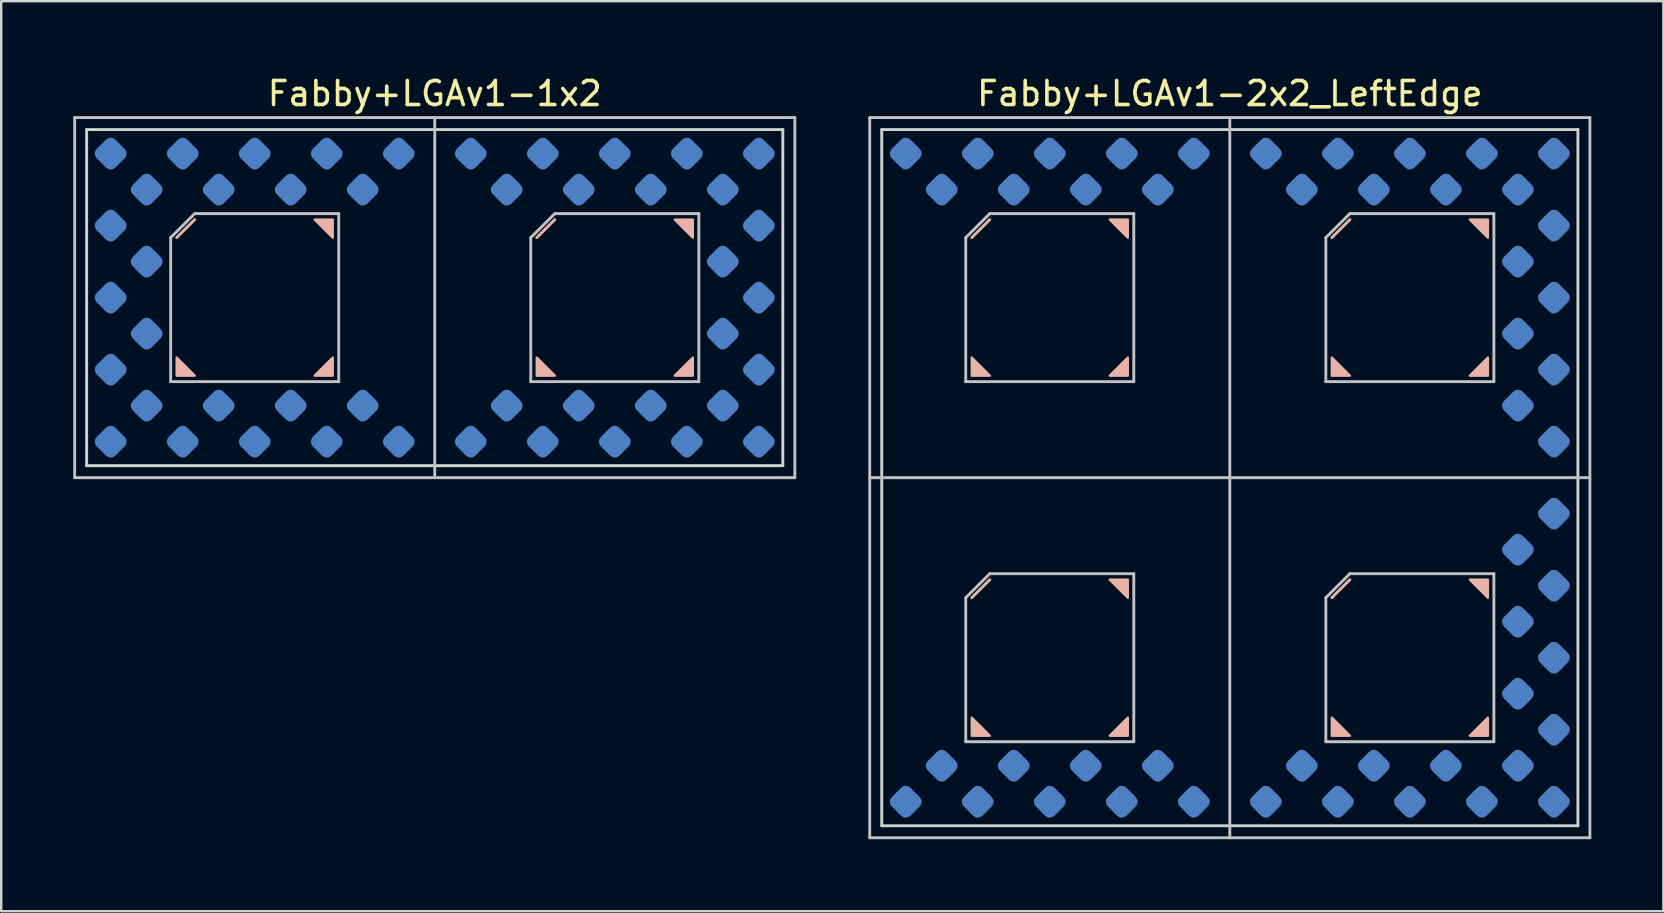
<source format=kicad_pcb>
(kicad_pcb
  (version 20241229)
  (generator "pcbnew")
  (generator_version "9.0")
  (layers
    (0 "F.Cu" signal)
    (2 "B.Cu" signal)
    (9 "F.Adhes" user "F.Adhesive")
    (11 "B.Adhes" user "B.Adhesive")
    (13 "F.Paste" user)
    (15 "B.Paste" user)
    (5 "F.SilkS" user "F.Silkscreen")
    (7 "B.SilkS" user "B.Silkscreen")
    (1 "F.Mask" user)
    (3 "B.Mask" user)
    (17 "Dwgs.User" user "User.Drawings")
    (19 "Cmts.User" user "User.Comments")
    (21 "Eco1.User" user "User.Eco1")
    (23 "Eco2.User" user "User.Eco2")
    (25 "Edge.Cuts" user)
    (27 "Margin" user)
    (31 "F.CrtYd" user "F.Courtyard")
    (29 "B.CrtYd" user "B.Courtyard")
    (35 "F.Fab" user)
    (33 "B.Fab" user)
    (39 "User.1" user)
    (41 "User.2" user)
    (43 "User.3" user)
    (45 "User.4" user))
  (footprint "Fabby+LGAv1-1x2"
    (layer "F.Cu")
    (at 15.06 9.348)
    (property "Reference" "Fabby+LGAv1-1x2" (at 0 -8.5 0) (layer "F.SilkS") (effects (font (size 1 1) (thickness 0.15))))
    (attr through_hole)
    (fp_line (start -10 -3.25) (end -10.75 -2.5) (stroke (width 0.12) (type solid)) (layer "B.SilkS"))
    (fp_line (start 5 -3.25) (end 4.25 -2.5) (stroke (width 0.12) (type solid)) (layer "B.SilkS"))
    (fp_poly (pts (xy -10 3.25) (xy -10.75 3.25) (xy -10.75 2.5)) (stroke (width 0.1) (type solid)) (fill yes) (layer "B.SilkS"))
    (fp_poly (pts (xy -4.25 -2.5) (xy -5 -3.25) (xy -4.25 -3.25)) (stroke (width 0.1) (type solid)) (fill yes) (layer "B.SilkS"))
    (fp_poly (pts (xy -4.25 3.25) (xy -5 3.25) (xy -4.25 2.5)) (stroke (width 0.1) (type solid)) (fill yes) (layer "B.SilkS"))
    (fp_poly (pts (xy 5 3.25) (xy 4.25 3.25) (xy 4.25 2.5)) (stroke (width 0.1) (type solid)) (fill yes) (layer "B.SilkS"))
    (fp_poly (pts (xy 10.75 -2.5) (xy 10 -3.25) (xy 10.75 -3.25)) (stroke (width 0.1) (type solid)) (fill yes) (layer "B.SilkS"))
    (fp_poly (pts (xy 10.75 3.25) (xy 10 3.25) (xy 10.75 2.5)) (stroke (width 0.1) (type solid)) (fill yes) (layer "B.SilkS"))
    (fp_line (start -15 -7.5) (end 15 -7.5) (stroke (width 0.12) (type solid)) (layer "Dwgs.User"))
    (fp_line (start -15 7.5) (end -15 -7.5) (stroke (width 0.12) (type solid)) (layer "Dwgs.User"))
    (fp_line (start -11 -2.5) (end -11 3.5) (stroke (width 0.12) (type solid)) (layer "Dwgs.User"))
    (fp_line (start -11 3.5) (end -4 3.5) (stroke (width 0.12) (type solid)) (layer "Dwgs.User"))
    (fp_line (start -10 -3.5) (end -11 -2.5) (stroke (width 0.12) (type solid)) (layer "Dwgs.User"))
    (fp_line (start -4 -3.5) (end -10 -3.5) (stroke (width 0.12) (type solid)) (layer "Dwgs.User"))
    (fp_line (start -4 3.5) (end -4 -3.5) (stroke (width 0.12) (type solid)) (layer "Dwgs.User"))
    (fp_line (start 0 -7.5) (end 0 7.5) (stroke (width 0.12) (type solid)) (layer "Dwgs.User"))
    (fp_line (start 4 -2.5) (end 4 3.5) (stroke (width 0.12) (type solid)) (layer "Dwgs.User"))
    (fp_line (start 4 3.5) (end 11 3.5) (stroke (width 0.12) (type solid)) (layer "Dwgs.User"))
    (fp_line (start 5 -3.5) (end 4 -2.5) (stroke (width 0.12) (type solid)) (layer "Dwgs.User"))
    (fp_line (start 11 -3.5) (end 5 -3.5) (stroke (width 0.12) (type solid)) (layer "Dwgs.User"))
    (fp_line (start 11 3.5) (end 11 -3.5) (stroke (width 0.12) (type solid)) (layer "Dwgs.User"))
    (fp_line (start 15 -7.5) (end 15 7.5) (stroke (width 0.12) (type solid)) (layer "Dwgs.User"))
    (fp_line (start 15 7.5) (end -15 7.5) (stroke (width 0.12) (type solid)) (layer "Dwgs.User"))
    (fp_line (start -14.5 -7) (end 14.5 -7) (stroke (width 0.12) (type solid)) (layer "Edge.Cuts"))
    (fp_line (start -14.5 7) (end -14.5 -7) (stroke (width 0.12) (type solid)) (layer "Edge.Cuts"))
    (fp_line (start -14.5 7) (end 14.5 7) (stroke (width 0.12) (type solid)) (layer "Edge.Cuts"))
    (fp_line (start 14.5 -7) (end 14.5 7) (stroke (width 0.12) (type solid)) (layer "Edge.Cuts"))
    (pad "1" smd roundrect (at -13.5 -6 45) (size 1.1 1.1) (layers "B.Cu" "B.Mask" "B.Paste") (roundrect_rratio 0.25))
    (pad "2" smd roundrect (at -12 -4.5 45) (size 1.1 1.1) (layers "B.Cu" "B.Mask" "B.Paste") (roundrect_rratio 0.25))
    (pad "3" smd roundrect (at -13.5 -3 45) (size 1.1 1.1) (layers "B.Cu" "B.Mask" "B.Paste") (roundrect_rratio 0.25))
    (pad "4" smd roundrect (at -12 -1.5 45) (size 1.1 1.1) (layers "B.Cu" "B.Mask" "B.Paste") (roundrect_rratio 0.25))
    (pad "5" smd roundrect (at -13.5 0 45) (size 1.1 1.1) (layers "B.Cu" "B.Mask" "B.Paste") (roundrect_rratio 0.25))
    (pad "6" smd roundrect (at -12 1.5 45) (size 1.1 1.1) (layers "B.Cu" "B.Mask" "B.Paste") (roundrect_rratio 0.25))
    (pad "7" smd roundrect (at -13.5 3 45) (size 1.1 1.1) (layers "B.Cu" "B.Mask" "B.Paste") (roundrect_rratio 0.25))
    (pad "8" smd roundrect (at -12 4.5 45) (size 1.1 1.1) (layers "B.Cu" "B.Mask" "B.Paste") (roundrect_rratio 0.25))
    (pad "9" smd roundrect (at -13.5 6 45) (size 1.1 1.1) (layers "B.Cu" "B.Mask" "B.Paste") (roundrect_rratio 0.25))
    (pad "10" smd roundrect (at -10.5 6 45) (size 1.1 1.1) (layers "B.Cu" "B.Mask" "B.Paste") (roundrect_rratio 0.25))
    (pad "11" smd roundrect (at -9 4.5 45) (size 1.1 1.1) (layers "B.Cu" "B.Mask" "B.Paste") (roundrect_rratio 0.25))
    (pad "12" smd roundrect (at -7.5 6 45) (size 1.1 1.1) (layers "B.Cu" "B.Mask" "B.Paste") (roundrect_rratio 0.25))
    (pad "13" smd roundrect (at -6 4.5 45) (size 1.1 1.1) (layers "B.Cu" "B.Mask" "B.Paste") (roundrect_rratio 0.25))
    (pad "14" smd roundrect (at -4.5 6 45) (size 1.1 1.1) (layers "B.Cu" "B.Mask" "B.Paste") (roundrect_rratio 0.25))
    (pad "15" smd roundrect (at -3 4.5 45) (size 1.1 1.1) (layers "B.Cu" "B.Mask" "B.Paste") (roundrect_rratio 0.25))
    (pad "16" smd roundrect (at -1.5 6 45) (size 1.1 1.1) (layers "B.Cu" "B.Mask" "B.Paste") (roundrect_rratio 0.25))
    (pad "18" smd roundrect (at 1.5 6 45) (size 1.1 1.1) (layers "B.Cu" "B.Mask" "B.Paste") (roundrect_rratio 0.25))
    (pad "19" smd roundrect (at 3 4.5 45) (size 1.1 1.1) (layers "B.Cu" "B.Mask" "B.Paste") (roundrect_rratio 0.25))
    (pad "20" smd roundrect (at 4.5 6 45) (size 1.1 1.1) (layers "B.Cu" "B.Mask" "B.Paste") (roundrect_rratio 0.25))
    (pad "21" smd roundrect (at 6 4.5 45) (size 1.1 1.1) (layers "B.Cu" "B.Mask" "B.Paste") (roundrect_rratio 0.25))
    (pad "22" smd roundrect (at 7.5 6 45) (size 1.1 1.1) (layers "B.Cu" "B.Mask" "B.Paste") (roundrect_rratio 0.25))
    (pad "23" smd roundrect (at 9 4.5 45) (size 1.1 1.1) (layers "B.Cu" "B.Mask" "B.Paste") (roundrect_rratio 0.25))
    (pad "24" smd roundrect (at 10.5 6 45) (size 1.1 1.1) (layers "B.Cu" "B.Mask" "B.Paste") (roundrect_rratio 0.25))
    (pad "25" smd roundrect (at 12 4.5 45) (size 1.1 1.1) (layers "B.Cu" "B.Mask" "B.Paste") (roundrect_rratio 0.25))
    (pad "26" smd roundrect (at 13.5 6 45) (size 1.1 1.1) (layers "B.Cu" "B.Mask" "B.Paste") (roundrect_rratio 0.25))
    (pad "27" smd roundrect (at 13.5 3 45) (size 1.1 1.1) (layers "B.Cu" "B.Mask" "B.Paste") (roundrect_rratio 0.25))
    (pad "28" smd roundrect (at 12 1.5 45) (size 1.1 1.1) (layers "B.Cu" "B.Mask" "B.Paste") (roundrect_rratio 0.25))
    (pad "29" smd roundrect (at 13.5 0 45) (size 1.1 1.1) (layers "B.Cu" "B.Mask" "B.Paste") (roundrect_rratio 0.25))
    (pad "30" smd roundrect (at 12 -1.5 45) (size 1.1 1.1) (layers "B.Cu" "B.Mask" "B.Paste") (roundrect_rratio 0.25))
    (pad "31" smd roundrect (at 13.5 -3 45) (size 1.1 1.1) (layers "B.Cu" "B.Mask" "B.Paste") (roundrect_rratio 0.25))
    (pad "32" smd roundrect (at 12 -4.5 45) (size 1.1 1.1) (layers "B.Cu" "B.Mask" "B.Paste") (roundrect_rratio 0.25))
    (pad "33" smd roundrect (at 13.5 -6 45) (size 1.1 1.1) (layers "B.Cu" "B.Mask" "B.Paste") (roundrect_rratio 0.25))
    (pad "34" smd roundrect (at 10.5 -6 45) (size 1.1 1.1) (layers "B.Cu" "B.Mask" "B.Paste") (roundrect_rratio 0.25))
    (pad "35" smd roundrect (at 9 -4.5 45) (size 1.1 1.1) (layers "B.Cu" "B.Mask" "B.Paste") (roundrect_rratio 0.25))
    (pad "36" smd roundrect (at 7.5 -6 45) (size 1.1 1.1) (layers "B.Cu" "B.Mask" "B.Paste") (roundrect_rratio 0.25))
    (pad "37" smd roundrect (at 6 -4.5 45) (size 1.1 1.1) (layers "B.Cu" "B.Mask" "B.Paste") (roundrect_rratio 0.25))
    (pad "38" smd roundrect (at 4.5 -6 45) (size 1.1 1.1) (layers "B.Cu" "B.Mask" "B.Paste") (roundrect_rratio 0.25))
    (pad "39" smd roundrect (at 3 -4.5 45) (size 1.1 1.1) (layers "B.Cu" "B.Mask" "B.Paste") (roundrect_rratio 0.25))
    (pad "40" smd roundrect (at 1.5 -6 45) (size 1.1 1.1) (layers "B.Cu" "B.Mask" "B.Paste") (roundrect_rratio 0.25))
    (pad "42" smd roundrect (at -1.5 -6 45) (size 1.1 1.1) (layers "B.Cu" "B.Mask" "B.Paste") (roundrect_rratio 0.25))
    (pad "43" smd roundrect (at -3 -4.5 45) (size 1.1 1.1) (layers "B.Cu" "B.Mask" "B.Paste") (roundrect_rratio 0.25))
    (pad "44" smd roundrect (at -4.5 -6 45) (size 1.1 1.1) (layers "B.Cu" "B.Mask" "B.Paste") (roundrect_rratio 0.25))
    (pad "45" smd roundrect (at -6 -4.5 45) (size 1.1 1.1) (layers "B.Cu" "B.Mask" "B.Paste") (roundrect_rratio 0.25))
    (pad "46" smd roundrect (at -7.5 -6 45) (size 1.1 1.1) (layers "B.Cu" "B.Mask" "B.Paste") (roundrect_rratio 0.25))
    (pad "47" smd roundrect (at -9 -4.5 45) (size 1.1 1.1) (layers "B.Cu" "B.Mask" "B.Paste") (roundrect_rratio 0.25))
    (pad "48" smd roundrect (at -10.5 -6 45) (size 1.1 1.1) (layers "B.Cu" "B.Mask" "B.Paste") (roundrect_rratio 0.25)))
  (footprint "Fabby+LGAv1-2x2_LeftEdge"
    (layer "F.Cu")
    (at 48.18 16.848)
    (property "Reference" "Fabby+LGAv1-2x2_LeftEdge" (at 0 -16 0) (layer "F.SilkS") (effects (font (size 1 1) (thickness 0.15))))
    (attr through_hole)
    (fp_line (start -10 -10.75) (end -10.75 -10) (stroke (width 0.12) (type solid)) (layer "B.SilkS"))
    (fp_line (start -10 4.25) (end -10.75 5) (stroke (width 0.12) (type solid)) (layer "B.SilkS"))
    (fp_line (start 5 -10.75) (end 4.25 -10) (stroke (width 0.12) (type solid)) (layer "B.SilkS"))
    (fp_line (start 5 4.25) (end 4.25 5) (stroke (width 0.12) (type solid)) (layer "B.SilkS"))
    (fp_poly (pts (xy -10 -4.25) (xy -10.75 -4.25) (xy -10.75 -5)) (stroke (width 0.1) (type solid)) (fill yes) (layer "B.SilkS"))
    (fp_poly (pts (xy -10 10.75) (xy -10.75 10.75) (xy -10.75 10)) (stroke (width 0.1) (type solid)) (fill yes) (layer "B.SilkS"))
    (fp_poly (pts (xy -4.25 -10) (xy -5 -10.75) (xy -4.25 -10.75)) (stroke (width 0.1) (type solid)) (fill yes) (layer "B.SilkS"))
    (fp_poly (pts (xy -4.25 -4.25) (xy -5 -4.25) (xy -4.25 -5)) (stroke (width 0.1) (type solid)) (fill yes) (layer "B.SilkS"))
    (fp_poly (pts (xy -4.25 5) (xy -5 4.25) (xy -4.25 4.25)) (stroke (width 0.1) (type solid)) (fill yes) (layer "B.SilkS"))
    (fp_poly (pts (xy -4.25 10.75) (xy -5 10.75) (xy -4.25 10)) (stroke (width 0.1) (type solid)) (fill yes) (layer "B.SilkS"))
    (fp_poly (pts (xy 5 -4.25) (xy 4.25 -4.25) (xy 4.25 -5)) (stroke (width 0.1) (type solid)) (fill yes) (layer "B.SilkS"))
    (fp_poly (pts (xy 5 10.75) (xy 4.25 10.75) (xy 4.25 10)) (stroke (width 0.1) (type solid)) (fill yes) (layer "B.SilkS"))
    (fp_poly (pts (xy 10.75 -10) (xy 10 -10.75) (xy 10.75 -10.75)) (stroke (width 0.1) (type solid)) (fill yes) (layer "B.SilkS"))
    (fp_poly (pts (xy 10.75 -4.25) (xy 10 -4.25) (xy 10.75 -5)) (stroke (width 0.1) (type solid)) (fill yes) (layer "B.SilkS"))
    (fp_poly (pts (xy 10.75 5) (xy 10 4.25) (xy 10.75 4.25)) (stroke (width 0.1) (type solid)) (fill yes) (layer "B.SilkS"))
    (fp_poly (pts (xy 10.75 10.75) (xy 10 10.75) (xy 10.75 10)) (stroke (width 0.1) (type solid)) (fill yes) (layer "B.SilkS"))
    (fp_line (start -15 -15) (end 15 -15) (stroke (width 0.12) (type solid)) (layer "Dwgs.User"))
    (fp_line (start -15 15) (end -15 -15) (stroke (width 0.12) (type solid)) (layer "Dwgs.User"))
    (fp_line (start -11 -10) (end -11 -4) (stroke (width 0.12) (type solid)) (layer "Dwgs.User"))
    (fp_line (start -11 -4) (end -4 -4) (stroke (width 0.12) (type solid)) (layer "Dwgs.User"))
    (fp_line (start -11 5) (end -11 11) (stroke (width 0.12) (type solid)) (layer "Dwgs.User"))
    (fp_line (start -11 11) (end -4 11) (stroke (width 0.12) (type solid)) (layer "Dwgs.User"))
    (fp_line (start -10 -11) (end -11 -10) (stroke (width 0.12) (type solid)) (layer "Dwgs.User"))
    (fp_line (start -10 4) (end -11 5) (stroke (width 0.12) (type solid)) (layer "Dwgs.User"))
    (fp_line (start -4 -11) (end -10 -11) (stroke (width 0.12) (type solid)) (layer "Dwgs.User"))
    (fp_line (start -4 -4) (end -4 -11) (stroke (width 0.12) (type solid)) (layer "Dwgs.User"))
    (fp_line (start -4 4) (end -10 4) (stroke (width 0.12) (type solid)) (layer "Dwgs.User"))
    (fp_line (start -4 11) (end -4 4) (stroke (width 0.12) (type solid)) (layer "Dwgs.User"))
    (fp_line (start 0 -15) (end 0 15) (stroke (width 0.12) (type solid)) (layer "Dwgs.User"))
    (fp_line (start 4 -10) (end 4 -4) (stroke (width 0.12) (type solid)) (layer "Dwgs.User"))
    (fp_line (start 4 -4) (end 11 -4) (stroke (width 0.12) (type solid)) (layer "Dwgs.User"))
    (fp_line (start 4 5) (end 4 11) (stroke (width 0.12) (type solid)) (layer "Dwgs.User"))
    (fp_line (start 4 11) (end 11 11) (stroke (width 0.12) (type solid)) (layer "Dwgs.User"))
    (fp_line (start 5 -11) (end 4 -10) (stroke (width 0.12) (type solid)) (layer "Dwgs.User"))
    (fp_line (start 5 4) (end 4 5) (stroke (width 0.12) (type solid)) (layer "Dwgs.User"))
    (fp_line (start 11 -11) (end 5 -11) (stroke (width 0.12) (type solid)) (layer "Dwgs.User"))
    (fp_line (start 11 -4) (end 11 -11) (stroke (width 0.12) (type solid)) (layer "Dwgs.User"))
    (fp_line (start 11 4) (end 5 4) (stroke (width 0.12) (type solid)) (layer "Dwgs.User"))
    (fp_line (start 11 11) (end 11 4) (stroke (width 0.12) (type solid)) (layer "Dwgs.User"))
    (fp_line (start 15 -15) (end 15 15) (stroke (width 0.12) (type solid)) (layer "Dwgs.User"))
    (fp_line (start 15 0) (end -15 0) (stroke (width 0.12) (type solid)) (layer "Dwgs.User"))
    (fp_line (start 15 15) (end -15 15) (stroke (width 0.12) (type solid)) (layer "Dwgs.User"))
    (fp_line (start -14.5 -14.5) (end 14.5 -14.5) (stroke (width 0.12) (type solid)) (layer "Edge.Cuts"))
    (fp_line (start -14.5 14.5) (end -14.5 -14.5) (stroke (width 0.12) (type solid)) (layer "Edge.Cuts"))
    (fp_line (start -14.5 14.5) (end 14.5 14.5) (stroke (width 0.12) (type solid)) (layer "Edge.Cuts"))
    (fp_line (start 14.5 -14.5) (end 14.5 14.5) (stroke (width 0.12) (type solid)) (layer "Edge.Cuts"))
    (pad "1" smd roundrect (at -13.5 -13.5 45) (size 1.1 1.1) (layers "B.Cu" "B.Mask" "B.Paste") (roundrect_rratio 0.25))
    (pad "2" smd roundrect (at -12 -12 45) (size 1.1 1.1) (layers "B.Cu" "B.Mask" "B.Paste") (roundrect_rratio 0.25))
    (pad "18" smd roundrect (at -12 12 45) (size 1.1 1.1) (layers "B.Cu" "B.Mask" "B.Paste") (roundrect_rratio 0.25))
    (pad "19" smd roundrect (at -13.5 13.5 45) (size 1.1 1.1) (layers "B.Cu" "B.Mask" "B.Paste") (roundrect_rratio 0.25))
    (pad "20" smd roundrect (at -10.5 13.5 45) (size 1.1 1.1) (layers "B.Cu" "B.Mask" "B.Paste") (roundrect_rratio 0.25))
    (pad "21" smd roundrect (at -9 12 45) (size 1.1 1.1) (layers "B.Cu" "B.Mask" "B.Paste") (roundrect_rratio 0.25))
    (pad "22" smd roundrect (at -7.5 13.5 45) (size 1.1 1.1) (layers "B.Cu" "B.Mask" "B.Paste") (roundrect_rratio 0.25))
    (pad "23" smd roundrect (at -6 12 45) (size 1.1 1.1) (layers "B.Cu" "B.Mask" "B.Paste") (roundrect_rratio 0.25))
    (pad "24" smd roundrect (at -4.5 13.5 45) (size 1.1 1.1) (layers "B.Cu" "B.Mask" "B.Paste") (roundrect_rratio 0.25))
    (pad "25" smd roundrect (at -3 12 45) (size 1.1 1.1) (layers "B.Cu" "B.Mask" "B.Paste") (roundrect_rratio 0.25))
    (pad "26" smd roundrect (at -1.5 13.5 45) (size 1.1 1.1) (layers "B.Cu" "B.Mask" "B.Paste") (roundrect_rratio 0.25))
    (pad "28" smd roundrect (at 1.5 13.5 45) (size 1.1 1.1) (layers "B.Cu" "B.Mask" "B.Paste") (roundrect_rratio 0.25))
    (pad "29" smd roundrect (at 3 12 45) (size 1.1 1.1) (layers "B.Cu" "B.Mask" "B.Paste") (roundrect_rratio 0.25))
    (pad "30" smd roundrect (at 4.5 13.5 45) (size 1.1 1.1) (layers "B.Cu" "B.Mask" "B.Paste") (roundrect_rratio 0.25))
    (pad "31" smd roundrect (at 6 12 45) (size 1.1 1.1) (layers "B.Cu" "B.Mask" "B.Paste") (roundrect_rratio 0.25))
    (pad "32" smd roundrect (at 7.5 13.5 45) (size 1.1 1.1) (layers "B.Cu" "B.Mask" "B.Paste") (roundrect_rratio 0.25))
    (pad "33" smd roundrect (at 9 12 45) (size 1.1 1.1) (layers "B.Cu" "B.Mask" "B.Paste") (roundrect_rratio 0.25))
    (pad "34" smd roundrect (at 10.5 13.5 45) (size 1.1 1.1) (layers "B.Cu" "B.Mask" "B.Paste") (roundrect_rratio 0.25))
    (pad "35" smd roundrect (at 12 12 45) (size 1.1 1.1) (layers "B.Cu" "B.Mask" "B.Paste") (roundrect_rratio 0.25))
    (pad "36" smd roundrect (at 13.5 13.5 45) (size 1.1 1.1) (layers "B.Cu" "B.Mask" "B.Paste") (roundrect_rratio 0.25))
    (pad "37" smd roundrect (at 13.5 10.5 45) (size 1.1 1.1) (layers "B.Cu" "B.Mask" "B.Paste") (roundrect_rratio 0.25))
    (pad "38" smd roundrect (at 12 9 45) (size 1.1 1.1) (layers "B.Cu" "B.Mask" "B.Paste") (roundrect_rratio 0.25))
    (pad "39" smd roundrect (at 13.5 7.5 45) (size 1.1 1.1) (layers "B.Cu" "B.Mask" "B.Paste") (roundrect_rratio 0.25))
    (pad "40" smd roundrect (at 12 6 45) (size 1.1 1.1) (layers "B.Cu" "B.Mask" "B.Paste") (roundrect_rratio 0.25))
    (pad "41" smd roundrect (at 13.5 4.5 45) (size 1.1 1.1) (layers "B.Cu" "B.Mask" "B.Paste") (roundrect_rratio 0.25))
    (pad "42" smd roundrect (at 12 3 45) (size 1.1 1.1) (layers "B.Cu" "B.Mask" "B.Paste") (roundrect_rratio 0.25))
    (pad "43" smd roundrect (at 13.5 1.5 45) (size 1.1 1.1) (layers "B.Cu" "B.Mask" "B.Paste") (roundrect_rratio 0.25))
    (pad "45" smd roundrect (at 13.5 -1.5 45) (size 1.1 1.1) (layers "B.Cu" "B.Mask" "B.Paste") (roundrect_rratio 0.25))
    (pad "46" smd roundrect (at 12 -3 45) (size 1.1 1.1) (layers "B.Cu" "B.Mask" "B.Paste") (roundrect_rratio 0.25))
    (pad "47" smd roundrect (at 13.5 -4.5 45) (size 1.1 1.1) (layers "B.Cu" "B.Mask" "B.Paste") (roundrect_rratio 0.25))
    (pad "48" smd roundrect (at 12 -6 45) (size 1.1 1.1) (layers "B.Cu" "B.Mask" "B.Paste") (roundrect_rratio 0.25))
    (pad "49" smd roundrect (at 13.5 -7.5 45) (size 1.1 1.1) (layers "B.Cu" "B.Mask" "B.Paste") (roundrect_rratio 0.25))
    (pad "50" smd roundrect (at 12 -9 45) (size 1.1 1.1) (layers "B.Cu" "B.Mask" "B.Paste") (roundrect_rratio 0.25))
    (pad "51" smd roundrect (at 13.5 -10.5 45) (size 1.1 1.1) (layers "B.Cu" "B.Mask" "B.Paste") (roundrect_rratio 0.25))
    (pad "52" smd roundrect (at 12 -12 45) (size 1.1 1.1) (layers "B.Cu" "B.Mask" "B.Paste") (roundrect_rratio 0.25))
    (pad "53" smd roundrect (at 13.5 -13.5 45) (size 1.1 1.1) (layers "B.Cu" "B.Mask" "B.Paste") (roundrect_rratio 0.25))
    (pad "54" smd roundrect (at 10.5 -13.5 45) (size 1.1 1.1) (layers "B.Cu" "B.Mask" "B.Paste") (roundrect_rratio 0.25))
    (pad "55" smd roundrect (at 9 -12 45) (size 1.1 1.1) (layers "B.Cu" "B.Mask" "B.Paste") (roundrect_rratio 0.25))
    (pad "56" smd roundrect (at 7.5 -13.5 45) (size 1.1 1.1) (layers "B.Cu" "B.Mask" "B.Paste") (roundrect_rratio 0.25))
    (pad "57" smd roundrect (at 6 -12 45) (size 1.1 1.1) (layers "B.Cu" "B.Mask" "B.Paste") (roundrect_rratio 0.25))
    (pad "58" smd roundrect (at 4.5 -13.5 45) (size 1.1 1.1) (layers "B.Cu" "B.Mask" "B.Paste") (roundrect_rratio 0.25))
    (pad "59" smd roundrect (at 3 -12 45) (size 1.1 1.1) (layers "B.Cu" "B.Mask" "B.Paste") (roundrect_rratio 0.25))
    (pad "60" smd roundrect (at 1.5 -13.5 45) (size 1.1 1.1) (layers "B.Cu" "B.Mask" "B.Paste") (roundrect_rratio 0.25))
    (pad "62" smd roundrect (at -1.5 -13.5 45) (size 1.1 1.1) (layers "B.Cu" "B.Mask" "B.Paste") (roundrect_rratio 0.25))
    (pad "63" smd roundrect (at -3 -12 45) (size 1.1 1.1) (layers "B.Cu" "B.Mask" "B.Paste") (roundrect_rratio 0.25))
    (pad "64" smd roundrect (at -4.5 -13.5 45) (size 1.1 1.1) (layers "B.Cu" "B.Mask" "B.Paste") (roundrect_rratio 0.25))
    (pad "65" smd roundrect (at -6 -12 45) (size 1.1 1.1) (layers "B.Cu" "B.Mask" "B.Paste") (roundrect_rratio 0.25))
    (pad "66" smd roundrect (at -7.5 -13.5 45) (size 1.1 1.1) (layers "B.Cu" "B.Mask" "B.Paste") (roundrect_rratio 0.25))
    (pad "67" smd roundrect (at -9 -12 45) (size 1.1 1.1) (layers "B.Cu" "B.Mask" "B.Paste") (roundrect_rratio 0.25))
    (pad "68" smd roundrect (at -10.5 -13.5 45) (size 1.1 1.1) (layers "B.Cu" "B.Mask" "B.Paste") (roundrect_rratio 0.25)))
  (gr_rect
    (start -3 -3)
    (end 66.24 34.908)
    (stroke (width 0.1) (type default))
    (fill no)
    (layer "Edge.Cuts")))
</source>
